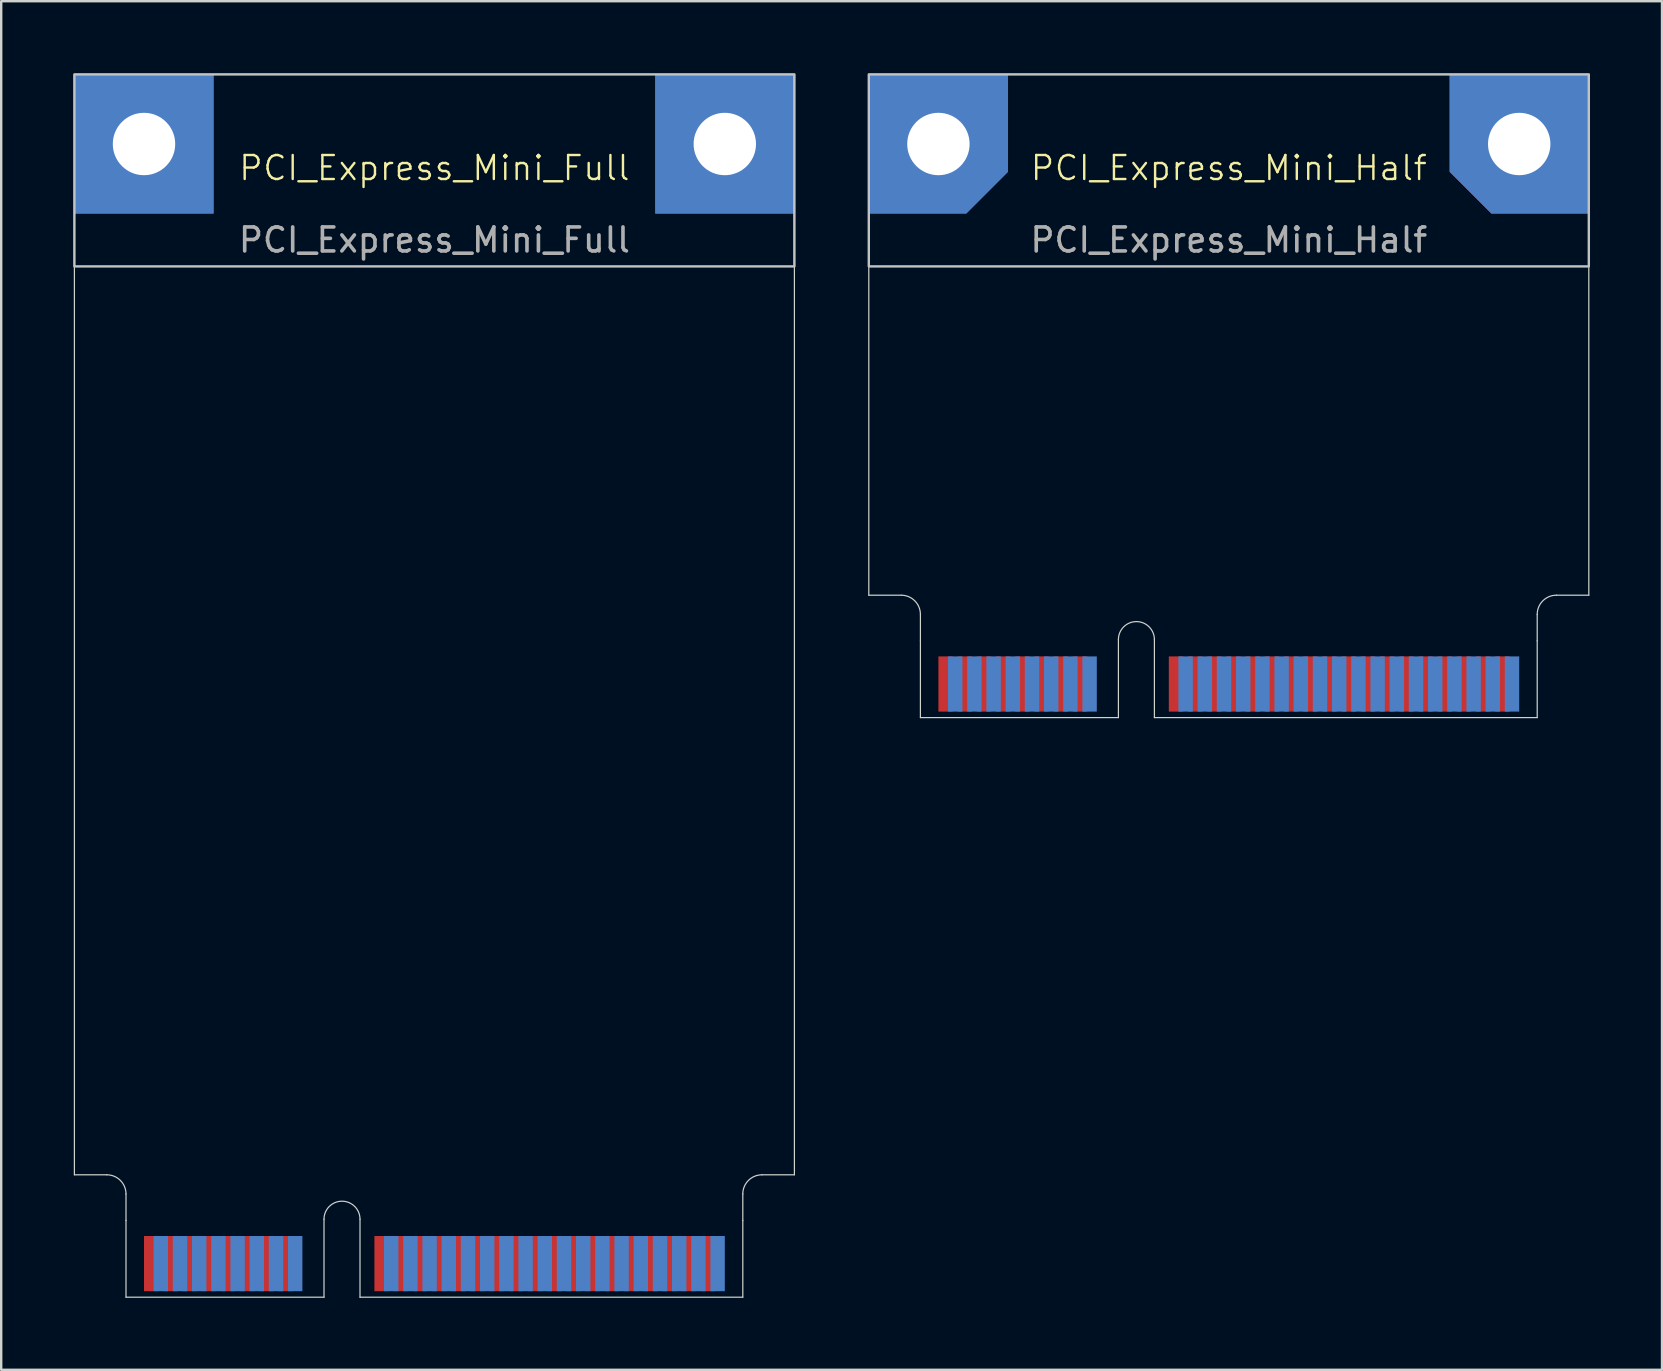
<source format=kicad_pcb>
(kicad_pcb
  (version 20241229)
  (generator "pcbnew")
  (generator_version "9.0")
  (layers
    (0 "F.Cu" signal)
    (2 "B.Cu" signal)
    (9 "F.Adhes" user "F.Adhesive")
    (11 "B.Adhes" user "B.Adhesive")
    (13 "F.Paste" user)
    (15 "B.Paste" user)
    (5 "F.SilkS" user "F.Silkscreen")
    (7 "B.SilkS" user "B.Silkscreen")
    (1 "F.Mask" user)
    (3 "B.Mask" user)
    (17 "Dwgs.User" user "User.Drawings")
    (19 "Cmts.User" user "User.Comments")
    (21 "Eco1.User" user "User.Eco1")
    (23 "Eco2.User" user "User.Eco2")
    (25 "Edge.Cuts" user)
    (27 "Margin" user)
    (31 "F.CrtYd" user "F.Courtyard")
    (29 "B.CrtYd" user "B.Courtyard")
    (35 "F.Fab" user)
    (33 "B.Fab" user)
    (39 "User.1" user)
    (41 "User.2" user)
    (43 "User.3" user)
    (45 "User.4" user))
  (footprint "PCI_Express_Mini_Half"
    (layer "F.Cu")
    (at 48.15 4.45)
    (property "Reference" "PCI_Express_Mini_Half" (at 0 -0.5 0) (unlocked yes) (layer "F.SilkS") (effects (font (size 1 1) (thickness 0.1))))
    (attr smd)
    (fp_rect (start -15 -4.4) (end 15 3.6) (stroke (width 0.1) (type default)) (fill no) (layer "Dwgs.User"))
    (fp_line (start -15 -4.4) (end -15 17.3) (stroke (width 0.05) (type default)) (layer "Edge.Cuts"))
    (fp_line (start -15 -4.4) (end 15 -4.4) (stroke (width 0.05) (type default)) (layer "Edge.Cuts"))
    (fp_line (start -15 17.3) (end -13.65 17.3) (stroke (width 0.05) (type default)) (layer "Edge.Cuts"))
    (fp_line (start -12.85 18.1) (end -12.85 19.2) (stroke (width 0.05) (type default)) (layer "Edge.Cuts"))
    (fp_line (start -12.85 22.4) (end -12.85 19.2) (stroke (width 0.05) (type default)) (layer "Edge.Cuts"))
    (fp_line (start -12.85 22.4) (end -4.6 22.4) (stroke (width 0.05) (type default)) (layer "Edge.Cuts"))
    (fp_line (start -4.6 22.4) (end -4.6 19.15) (stroke (width 0.05) (type default)) (layer "Edge.Cuts"))
    (fp_line (start -3.1 22.4) (end -3.1 19.15) (stroke (width 0.05) (type default)) (layer "Edge.Cuts"))
    (fp_line (start -3.1 22.4) (end 12.85 22.4) (stroke (width 0.05) (type default)) (layer "Edge.Cuts"))
    (fp_line (start 12.85 18.1) (end 12.85 19.2) (stroke (width 0.05) (type default)) (layer "Edge.Cuts"))
    (fp_line (start 12.85 22.4) (end 12.85 19.2) (stroke (width 0.05) (type default)) (layer "Edge.Cuts"))
    (fp_line (start 15 -4.4) (end 15 17.3) (stroke (width 0.05) (type default)) (layer "Edge.Cuts"))
    (fp_line (start 15 17.3) (end 13.65 17.3) (stroke (width 0.05) (type default)) (layer "Edge.Cuts"))
    (fp_arc (start -13.65 17.3) (mid -13.084315 17.534315) (end -12.85 18.1) (stroke (width 0.05) (type default)) (layer "Edge.Cuts"))
    (fp_arc (start -4.6 19.15) (mid -3.85 18.4) (end -3.1 19.15) (stroke (width 0.05) (type default)) (layer "Edge.Cuts"))
    (fp_arc (start 12.85 18.1) (mid 13.084315 17.534315) (end 13.65 17.3) (stroke (width 0.05) (type default)) (layer "Edge.Cuts"))
    (fp_text user "${REFERENCE}" (at 0 2.5 0) (unlocked yes) (layer "F.Fab") (effects (font (size 1 1) (thickness 0.15))))
    (pad "1" connect rect (at -11.8 21) (size 0.6 2.3) (layers "F.Cu" "F.Mask"))
    (pad "2" connect rect (at -11.4 21) (size 0.6 2.3) (layers "B.Cu" "B.Mask"))
    (pad "3" connect rect (at -11 21) (size 0.6 2.3) (layers "F.Cu" "F.Mask"))
    (pad "4" connect rect (at -10.6 21) (size 0.6 2.3) (layers "B.Cu" "B.Mask"))
    (pad "5" connect rect (at -10.2 21) (size 0.6 2.3) (layers "F.Cu" "F.Mask"))
    (pad "6" connect rect (at -9.8 21) (size 0.6 2.3) (layers "B.Cu" "B.Mask"))
    (pad "7" connect rect (at -9.4 21) (size 0.6 2.3) (layers "F.Cu" "F.Mask"))
    (pad "8" connect rect (at -9 21) (size 0.6 2.3) (layers "B.Cu" "B.Mask"))
    (pad "9" connect rect (at -8.6 21) (size 0.6 2.3) (layers "F.Cu" "F.Mask"))
    (pad "10" connect rect (at -8.2 21) (size 0.6 2.3) (layers "B.Cu" "B.Mask"))
    (pad "11" connect rect (at -7.8 21) (size 0.6 2.3) (layers "F.Cu" "F.Mask"))
    (pad "12" connect rect (at -7.4 21) (size 0.6 2.3) (layers "B.Cu" "B.Mask"))
    (pad "13" connect rect (at -7 21) (size 0.6 2.3) (layers "F.Cu" "F.Mask"))
    (pad "14" connect rect (at -6.6 21) (size 0.6 2.3) (layers "B.Cu" "B.Mask"))
    (pad "15" connect rect (at -6.2 21) (size 0.6 2.3) (layers "F.Cu" "F.Mask"))
    (pad "16" connect rect (at -5.8 21) (size 0.6 2.3) (layers "B.Cu" "B.Mask"))
    (pad "17" connect rect (at -2.2 21) (size 0.6 2.3) (layers "F.Cu" "F.Mask"))
    (pad "18" connect rect (at -1.8 21) (size 0.6 2.3) (layers "B.Cu" "B.Mask"))
    (pad "19" connect rect (at -1.4 21) (size 0.6 2.3) (layers "F.Cu" "F.Mask"))
    (pad "20" connect rect (at -1 21) (size 0.6 2.3) (layers "B.Cu" "B.Mask"))
    (pad "21" connect rect (at -0.6 21) (size 0.6 2.3) (layers "F.Cu" "F.Mask"))
    (pad "22" connect rect (at -0.2 21) (size 0.6 2.3) (layers "B.Cu" "B.Mask"))
    (pad "23" connect rect (at 0.2 21) (size 0.6 2.3) (layers "F.Cu" "F.Mask"))
    (pad "24" connect rect (at 0.6 21) (size 0.6 2.3) (layers "B.Cu" "B.Mask"))
    (pad "25" connect rect (at 1 21) (size 0.6 2.3) (layers "F.Cu" "F.Mask"))
    (pad "26" connect rect (at 1.4 21) (size 0.6 2.3) (layers "B.Cu" "B.Mask"))
    (pad "27" connect rect (at 1.8 21) (size 0.6 2.3) (layers "F.Cu" "F.Mask"))
    (pad "28" connect rect (at 2.2 21) (size 0.6 2.3) (layers "B.Cu" "B.Mask"))
    (pad "29" connect rect (at 2.6 21) (size 0.6 2.3) (layers "F.Cu" "F.Mask"))
    (pad "30" connect rect (at 3 21) (size 0.6 2.3) (layers "B.Cu" "B.Mask"))
    (pad "31" connect rect (at 3.4 21) (size 0.6 2.3) (layers "F.Cu" "F.Mask"))
    (pad "32" connect rect (at 3.8 21) (size 0.6 2.3) (layers "B.Cu" "B.Mask"))
    (pad "33" connect rect (at 4.2 21) (size 0.6 2.3) (layers "F.Cu" "F.Mask"))
    (pad "34" connect rect (at 4.6 21) (size 0.6 2.3) (layers "B.Cu" "B.Mask"))
    (pad "35" connect rect (at 5 21) (size 0.6 2.3) (layers "F.Cu" "F.Mask"))
    (pad "36" connect rect (at 5.4 21) (size 0.6 2.3) (layers "B.Cu" "B.Mask"))
    (pad "37" connect rect (at 5.8 21) (size 0.6 2.3) (layers "F.Cu" "F.Mask"))
    (pad "38" connect rect (at 6.2 21) (size 0.6 2.3) (layers "B.Cu" "B.Mask"))
    (pad "39" connect rect (at 6.6 21) (size 0.6 2.3) (layers "F.Cu" "F.Mask"))
    (pad "40" connect rect (at 7 21) (size 0.6 2.3) (layers "B.Cu" "B.Mask"))
    (pad "41" connect rect (at 7.4 21) (size 0.6 2.3) (layers "F.Cu" "F.Mask"))
    (pad "42" connect rect (at 7.8 21) (size 0.6 2.3) (layers "B.Cu" "B.Mask"))
    (pad "43" connect rect (at 8.2 21) (size 0.6 2.3) (layers "F.Cu" "F.Mask"))
    (pad "44" connect rect (at 8.6 21) (size 0.6 2.3) (layers "B.Cu" "B.Mask"))
    (pad "45" connect rect (at 9 21) (size 0.6 2.3) (layers "F.Cu" "F.Mask"))
    (pad "46" connect rect (at 9.4 21) (size 0.6 2.3) (layers "B.Cu" "B.Mask"))
    (pad "47" connect rect (at 9.8 21) (size 0.6 2.3) (layers "F.Cu" "F.Mask"))
    (pad "48" connect rect (at 10.2 21) (size 0.6 2.3) (layers "B.Cu" "B.Mask"))
    (pad "49" connect rect (at 10.6 21) (size 0.6 2.3) (layers "F.Cu" "F.Mask"))
    (pad "50" connect rect (at 11 21) (size 0.6 2.3) (layers "B.Cu" "B.Mask"))
    (pad "51" connect rect (at 11.4 21) (size 0.6 2.3) (layers "F.Cu" "F.Mask"))
    (pad "52" connect rect (at 11.8 21) (size 0.6 2.3) (layers "B.Cu" "B.Mask"))
    (pad "MP" thru_hole roundrect (at -12.1 -1.5) (size 5.8 5.8) (drill 2.6) (layers "*.Cu" "*.Mask") (roundrect_rratio 0) (chamfer_ratio 0.3) (chamfer bottom_right))
    (pad "MP" thru_hole roundrect (at 12.1 -1.5) (size 5.8 5.8) (drill 2.6) (layers "*.Cu" "*.Mask") (roundrect_rratio 0) (chamfer_ratio 0.3) (chamfer bottom_left))
    (zone (net_name "") (layer "F.Cu") (name "CONNECTOR") (hatch edge 0.5) (connect_pads) (min_thickness 0.25) (filled_areas_thickness no) (keepout (tracks allowed) (vias allowed) (pads allowed) (copperpour allowed) (footprints not_allowed)) (placement (enabled no)) (fill) (polygon (pts (xy 35.3 26.85) (xy 35.3 23.65) (xy 61 23.65) (xy 61 26.85))))
    (zone (net_name "") (layers "F.Cu" "B.Cu") (name "MOUNT") (hatch full 0.5) (connect_pads) (min_thickness 0.25) (filled_areas_thickness no) (keepout (tracks not_allowed) (vias not_allowed) (pads not_allowed) (copperpour allowed) (footprints not_allowed)) (placement (enabled no)) (fill) (polygon (pts (xy 63.15 0.05) (xy 63.15 5.85) (xy 59.05 5.85) (xy 57.35 4.15) (xy 57.35 0.05))))
    (zone (net_name "") (layers "F.Cu" "B.Cu") (name "MOUNT") (hatch full 0.5) (connect_pads) (min_thickness 0.25) (filled_areas_thickness no) (keepout (tracks not_allowed) (vias not_allowed) (pads not_allowed) (copperpour allowed) (footprints not_allowed)) (placement (enabled no)) (fill) (polygon (pts (xy 33.15 0.05) (xy 33.15 5.85) (xy 37.25 5.85) (xy 38.95 4.15) (xy 38.95 0.05))))
    (zone (net_name "") (layer "B.Cu") (name "CONNECTOR") (hatch edge 0.5) (connect_pads) (min_thickness 0.25) (filled_areas_thickness no) (keepout (tracks allowed) (vias allowed) (pads allowed) (copperpour allowed) (footprints not_allowed)) (placement (enabled no)) (fill) (polygon (pts (xy 35.3 26.85) (xy 35.3 21.75) (xy 61 21.75) (xy 61 26.85))))
    (zone (net_name "") (layer "B.Cu") (name "KEEPOUT") (hatch full 0.5) (connect_pads) (min_thickness 0.25) (filled_areas_thickness no) (keepout (tracks not_allowed) (vias not_allowed) (pads not_allowed) (copperpour allowed) (footprints not_allowed)) (placement (enabled no)) (fill) (polygon (pts (xy 33.15 14.75) (xy 33.15 20.55) (xy 37.25 20.55) (xy 38.95 18.85) (xy 38.95 16.45) (xy 37.25 14.75))))
    (zone (net_name "") (layer "B.Cu") (name "KEEPOUT") (hatch full 0.5) (connect_pads) (min_thickness 0.25) (filled_areas_thickness no) (keepout (tracks not_allowed) (vias not_allowed) (pads not_allowed) (copperpour allowed) (footprints not_allowed)) (placement (enabled no)) (fill) (polygon (pts (xy 63.15 14.75) (xy 63.15 20.55) (xy 59.05 20.55) (xy 57.35 18.85) (xy 57.35 16.45) (xy 59.05 14.75)))))
  (footprint "PCI_Express_Mini_Full"
    (layer "F.Cu")
    (at 15.05 4.45)
    (property "Reference" "PCI_Express_Mini_Full" (at 0 -0.5 0) (unlocked yes) (layer "F.SilkS") (effects (font (size 1 1) (thickness 0.1))))
    (attr smd)
    (fp_rect (start -15 -4.4) (end 15 3.6) (stroke (width 0.1) (type default)) (fill no) (layer "Dwgs.User"))
    (fp_line (start -15 -4.4) (end -15 41.45) (stroke (width 0.05) (type default)) (layer "Edge.Cuts"))
    (fp_line (start -15 -4.4) (end 15 -4.4) (stroke (width 0.05) (type default)) (layer "Edge.Cuts"))
    (fp_line (start -15 41.45) (end -13.65 41.45) (stroke (width 0.05) (type default)) (layer "Edge.Cuts"))
    (fp_line (start -12.85 42.25) (end -12.85 43.35) (stroke (width 0.05) (type default)) (layer "Edge.Cuts"))
    (fp_line (start -12.85 46.55) (end -12.85 43.35) (stroke (width 0.05) (type default)) (layer "Edge.Cuts"))
    (fp_line (start -12.85 46.55) (end -4.6 46.55) (stroke (width 0.05) (type default)) (layer "Edge.Cuts"))
    (fp_line (start -4.6 46.55) (end -4.6 43.3) (stroke (width 0.05) (type default)) (layer "Edge.Cuts"))
    (fp_line (start -3.1 46.55) (end -3.1 43.3) (stroke (width 0.05) (type default)) (layer "Edge.Cuts"))
    (fp_line (start -3.1 46.55) (end 12.85 46.55) (stroke (width 0.05) (type default)) (layer "Edge.Cuts"))
    (fp_line (start 12.85 42.25) (end 12.85 43.35) (stroke (width 0.05) (type default)) (layer "Edge.Cuts"))
    (fp_line (start 12.85 46.55) (end 12.85 43.35) (stroke (width 0.05) (type default)) (layer "Edge.Cuts"))
    (fp_line (start 15 41.45) (end 13.65 41.45) (stroke (width 0.05) (type default)) (layer "Edge.Cuts"))
    (fp_line (start 15 41.45) (end 15 -4.4) (stroke (width 0.05) (type default)) (layer "Edge.Cuts"))
    (fp_arc (start -13.65 41.45) (mid -13.084315 41.684315) (end -12.85 42.25) (stroke (width 0.05) (type default)) (layer "Edge.Cuts"))
    (fp_arc (start -4.6 43.3) (mid -3.85 42.55) (end -3.1 43.3) (stroke (width 0.05) (type default)) (layer "Edge.Cuts"))
    (fp_arc (start 12.85 42.25) (mid 13.084315 41.684315) (end 13.65 41.45) (stroke (width 0.05) (type default)) (layer "Edge.Cuts"))
    (fp_text user "${REFERENCE}" (at 0 2.5 0) (unlocked yes) (layer "F.Fab") (effects (font (size 1 1) (thickness 0.15))))
    (pad "1" connect rect (at -11.8 45.15) (size 0.6 2.3) (layers "F.Cu" "F.Mask"))
    (pad "2" connect rect (at -11.4 45.15) (size 0.6 2.3) (layers "B.Cu" "B.Mask"))
    (pad "3" connect rect (at -11 45.15) (size 0.6 2.3) (layers "F.Cu" "F.Mask"))
    (pad "4" connect rect (at -10.6 45.15) (size 0.6 2.3) (layers "B.Cu" "B.Mask"))
    (pad "5" connect rect (at -10.2 45.15) (size 0.6 2.3) (layers "F.Cu" "F.Mask"))
    (pad "6" connect rect (at -9.8 45.15) (size 0.6 2.3) (layers "B.Cu" "B.Mask"))
    (pad "7" connect rect (at -9.4 45.15) (size 0.6 2.3) (layers "F.Cu" "F.Mask"))
    (pad "8" connect rect (at -9 45.15) (size 0.6 2.3) (layers "B.Cu" "B.Mask"))
    (pad "9" connect rect (at -8.6 45.15) (size 0.6 2.3) (layers "F.Cu" "F.Mask"))
    (pad "10" connect rect (at -8.2 45.15) (size 0.6 2.3) (layers "B.Cu" "B.Mask"))
    (pad "11" connect rect (at -7.8 45.15) (size 0.6 2.3) (layers "F.Cu" "F.Mask"))
    (pad "12" connect rect (at -7.4 45.15) (size 0.6 2.3) (layers "B.Cu" "B.Mask"))
    (pad "13" connect rect (at -7 45.15) (size 0.6 2.3) (layers "F.Cu" "F.Mask"))
    (pad "14" connect rect (at -6.6 45.15) (size 0.6 2.3) (layers "B.Cu" "B.Mask"))
    (pad "15" connect rect (at -6.2 45.15) (size 0.6 2.3) (layers "F.Cu" "F.Mask"))
    (pad "16" connect rect (at -5.8 45.15) (size 0.6 2.3) (layers "B.Cu" "B.Mask"))
    (pad "17" connect rect (at -2.2 45.15) (size 0.6 2.3) (layers "F.Cu" "F.Mask"))
    (pad "18" connect rect (at -1.8 45.15) (size 0.6 2.3) (layers "B.Cu" "B.Mask"))
    (pad "19" connect rect (at -1.4 45.15) (size 0.6 2.3) (layers "F.Cu" "F.Mask"))
    (pad "20" connect rect (at -1 45.15) (size 0.6 2.3) (layers "B.Cu" "B.Mask"))
    (pad "21" connect rect (at -0.6 45.15) (size 0.6 2.3) (layers "F.Cu" "F.Mask"))
    (pad "22" connect rect (at -0.2 45.15) (size 0.6 2.3) (layers "B.Cu" "B.Mask"))
    (pad "23" connect rect (at 0.2 45.15) (size 0.6 2.3) (layers "F.Cu" "F.Mask"))
    (pad "24" connect rect (at 0.6 45.15) (size 0.6 2.3) (layers "B.Cu" "B.Mask"))
    (pad "25" connect rect (at 1 45.15) (size 0.6 2.3) (layers "F.Cu" "F.Mask"))
    (pad "26" connect rect (at 1.4 45.15) (size 0.6 2.3) (layers "B.Cu" "B.Mask"))
    (pad "27" connect rect (at 1.8 45.15) (size 0.6 2.3) (layers "F.Cu" "F.Mask"))
    (pad "28" connect rect (at 2.2 45.15) (size 0.6 2.3) (layers "B.Cu" "B.Mask"))
    (pad "29" connect rect (at 2.6 45.15) (size 0.6 2.3) (layers "F.Cu" "F.Mask"))
    (pad "30" connect rect (at 3 45.15) (size 0.6 2.3) (layers "B.Cu" "B.Mask"))
    (pad "31" connect rect (at 3.4 45.15) (size 0.6 2.3) (layers "F.Cu" "F.Mask"))
    (pad "32" connect rect (at 3.8 45.15) (size 0.6 2.3) (layers "B.Cu" "B.Mask"))
    (pad "33" connect rect (at 4.2 45.15) (size 0.6 2.3) (layers "F.Cu" "F.Mask"))
    (pad "34" connect rect (at 4.6 45.15) (size 0.6 2.3) (layers "B.Cu" "B.Mask"))
    (pad "35" connect rect (at 5 45.15) (size 0.6 2.3) (layers "F.Cu" "F.Mask"))
    (pad "36" connect rect (at 5.4 45.15) (size 0.6 2.3) (layers "B.Cu" "B.Mask"))
    (pad "37" connect rect (at 5.8 45.15) (size 0.6 2.3) (layers "F.Cu" "F.Mask"))
    (pad "38" connect rect (at 6.2 45.15) (size 0.6 2.3) (layers "B.Cu" "B.Mask"))
    (pad "39" connect rect (at 6.6 45.15) (size 0.6 2.3) (layers "F.Cu" "F.Mask"))
    (pad "40" connect rect (at 7 45.15) (size 0.6 2.3) (layers "B.Cu" "B.Mask"))
    (pad "41" connect rect (at 7.4 45.15) (size 0.6 2.3) (layers "F.Cu" "F.Mask"))
    (pad "42" connect rect (at 7.8 45.15) (size 0.6 2.3) (layers "B.Cu" "B.Mask"))
    (pad "43" connect rect (at 8.2 45.15) (size 0.6 2.3) (layers "F.Cu" "F.Mask"))
    (pad "44" connect rect (at 8.6 45.15) (size 0.6 2.3) (layers "B.Cu" "B.Mask"))
    (pad "45" connect rect (at 9 45.15) (size 0.6 2.3) (layers "F.Cu" "F.Mask"))
    (pad "46" connect rect (at 9.4 45.15) (size 0.6 2.3) (layers "B.Cu" "B.Mask"))
    (pad "47" connect rect (at 9.8 45.15) (size 0.6 2.3) (layers "F.Cu" "F.Mask"))
    (pad "48" connect rect (at 10.2 45.15) (size 0.6 2.3) (layers "B.Cu" "B.Mask"))
    (pad "49" connect rect (at 10.6 45.15) (size 0.6 2.3) (layers "F.Cu" "F.Mask"))
    (pad "50" connect rect (at 11 45.15) (size 0.6 2.3) (layers "B.Cu" "B.Mask"))
    (pad "51" connect rect (at 11.4 45.15) (size 0.6 2.3) (layers "F.Cu" "F.Mask"))
    (pad "52" connect rect (at 11.8 45.15) (size 0.6 2.3) (layers "B.Cu" "B.Mask"))
    (pad "MP" thru_hole rect (at -12.1 -1.5) (size 5.8 5.8) (drill 2.6) (layers "*.Cu" "*.Mask"))
    (pad "MP" thru_hole rect (at 12.1 -1.5) (size 5.8 5.8) (drill 2.6) (layers "*.Cu" "*.Mask"))
    (zone (net_name "") (layer "F.Cu") (name "CONNECTOR") (hatch edge 0.5) (connect_pads) (min_thickness 0.25) (filled_areas_thickness no) (keepout (tracks allowed) (vias allowed) (pads allowed) (copperpour allowed) (footprints not_allowed)) (placement (enabled no)) (fill) (polygon (pts (xy 2.2 51) (xy 2.2 47.8) (xy 27.9 47.8) (xy 27.9 51))))
    (zone (net_name "") (layers "F.Cu" "B.Cu") (name "MOUNT") (hatch edge 0.5) (connect_pads) (min_thickness 0.25) (filled_areas_thickness no) (keepout (tracks not_allowed) (vias not_allowed) (pads not_allowed) (copperpour allowed) (footprints not_allowed)) (placement (enabled no)) (fill) (polygon (pts (xy 0.05 5.85) (xy 0.05 0.05) (xy 5.85 0.05) (xy 5.85 5.85))))
    (zone (net_name "") (layers "F.Cu" "B.Cu") (name "MOUNT") (hatch edge 0.5) (connect_pads) (min_thickness 0.25) (filled_areas_thickness no) (keepout (tracks not_allowed) (vias not_allowed) (pads not_allowed) (copperpour allowed) (footprints not_allowed)) (placement (enabled no)) (fill) (polygon (pts (xy 24.25 5.85) (xy 24.25 0.05) (xy 30.05 0.05) (xy 30.05 5.85))))
    (zone (net_name "") (layer "B.Cu") (name "CONNECTOR") (hatch edge 0.5) (connect_pads) (min_thickness 0.25) (filled_areas_thickness no) (keepout (tracks allowed) (vias allowed) (pads allowed) (copperpour allowed) (footprints not_allowed)) (placement (enabled no)) (fill) (polygon (pts (xy 2.2 51) (xy 2.2 45.9) (xy 27.9 45.9) (xy 27.9 51))))
    (zone (net_name "") (layer "B.Cu") (name "KEEPOUT") (hatch full 0.5) (connect_pads) (min_thickness 0.25) (filled_areas_thickness no) (keepout (tracks not_allowed) (vias not_allowed) (pads not_allowed) (copperpour allowed) (footprints not_allowed)) (placement (enabled no)) (fill) (polygon (pts (xy 0.05 14.75) (xy 0.05 20.55) (xy 5.85 20.55) (xy 5.85 16.45) (xy 4.15 14.75))))
    (zone (net_name "") (layer "B.Cu") (name "KEEPOUT") (hatch full 0.5) (connect_pads) (min_thickness 0.25) (filled_areas_thickness no) (keepout (tracks not_allowed) (vias not_allowed) (pads not_allowed) (copperpour allowed) (footprints not_allowed)) (placement (enabled no)) (fill) (polygon (pts (xy 5.85 24.2) (xy 0.05 24.2) (xy 0.05 30) (xy 4.15 30) (xy 5.85 28.3))))
    (zone (net_name "") (layer "B.Cu") (name "KEEPOUT") (hatch full 0.5) (connect_pads) (min_thickness 0.25) (filled_areas_thickness no) (keepout (tracks not_allowed) (vias not_allowed) (pads not_allowed) (copperpour allowed) (footprints not_allowed)) (placement (enabled no)) (fill) (polygon (pts (xy 24.25 20.55) (xy 30.05 20.55) (xy 30.05 14.75) (xy 25.95 14.75) (xy 24.25 16.45))))
    (zone (net_name "") (layer "B.Cu") (name "KEEPOUT") (hatch full 0.5) (connect_pads) (min_thickness 0.25) (filled_areas_thickness no) (keepout (tracks not_allowed) (vias not_allowed) (pads not_allowed) (copperpour allowed) (footprints not_allowed)) (placement (enabled no)) (fill) (polygon (pts (xy 30.05 30) (xy 30.05 24.2) (xy 24.25 24.2) (xy 24.25 28.3) (xy 25.95 30)))))
  (gr_rect
    (start -3 -3)
    (end 66.2 54.025)
    (stroke (width 0.1) (type default))
    (fill no)
    (layer "Edge.Cuts")))
</source>
